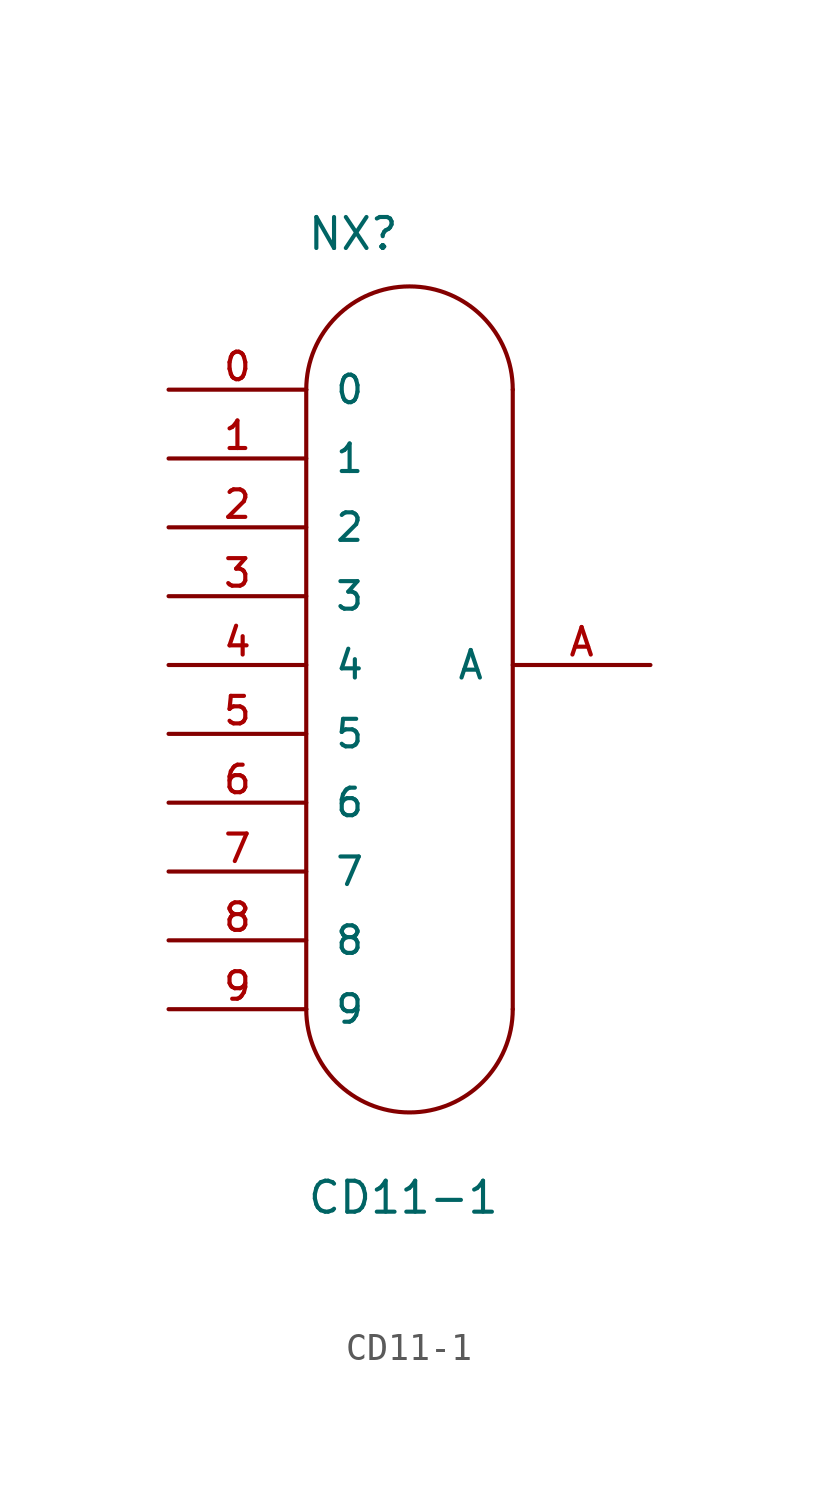
<source format=kicad_sym>
(kicad_symbol_lib
  (version 20220914)
  (generator kicad_symbol_editor)
  (symbol "CD11-1"
    (pin_names
      (offset 1.016))
    (property "Reference" "NX"
      (at -22.86 12.7 0)
      (effects (font (size 1.143 1.143)) (justify left bottom)))
    (property "Value" "CD11-1"
      (at -22.86 -22.86 0)
      (effects (font (size 1.143 1.143)) (justify left bottom)))
    (property "ki_locked" ""
      (at 0 0 0)
      (effects (font (size 1.27 1.27))))
    (symbol "CD11-1_1_0"
      (polyline (pts (xy -22.86 7.62) (xy -22.86 -15.24)) (stroke (width 0) (type solid)) (fill (type none)))
      (polyline (pts (xy -15.24 7.62) (xy -15.24 -15.24)) (stroke (width 0) (type solid)) (fill (type none))))
    (symbol "CD11-1_1_1"
      (arc (start -22.86 -15.24) (mid -19.05 -19.0334) (end -15.24 -15.24) (stroke (width 0) (type solid)) (fill (type none)))
      (arc (start -15.24 7.62) (mid -19.05 11.4134) (end -22.86 7.62) (stroke (width 0) (type solid)) (fill (type none)))
      (pin passive line (at -27.94 7.62 0) (length 5.08) (name "0" (effects (font (size 1.016 1.016)))) (number "0" (effects (font (size 1.016 1.016)))))
      (pin passive line (at -27.94 5.08 0) (length 5.08) (name "1" (effects (font (size 1.016 1.016)))) (number "1" (effects (font (size 1.016 1.016)))))
      (pin passive line (at -27.94 2.54 0) (length 5.08) (name "2" (effects (font (size 1.016 1.016)))) (number "2" (effects (font (size 1.016 1.016)))))
      (pin passive line (at -27.94 0 0) (length 5.08) (name "3" (effects (font (size 1.016 1.016)))) (number "3" (effects (font (size 1.016 1.016)))))
      (pin passive line (at -27.94 -2.54 0) (length 5.08) (name "4" (effects (font (size 1.016 1.016)))) (number "4" (effects (font (size 1.016 1.016)))))
      (pin passive line (at -27.94 -5.08 0) (length 5.08) (name "5" (effects (font (size 1.016 1.016)))) (number "5" (effects (font (size 1.016 1.016)))))
      (pin passive line (at -27.94 -7.62 0) (length 5.08) (name "6" (effects (font (size 1.016 1.016)))) (number "6" (effects (font (size 1.016 1.016)))))
      (pin passive line (at -27.94 -10.16 0) (length 5.08) (name "7" (effects (font (size 1.016 1.016)))) (number "7" (effects (font (size 1.016 1.016)))))
      (pin passive line (at -27.94 -12.7 0) (length 5.08) (name "8" (effects (font (size 1.016 1.016)))) (number "8" (effects (font (size 1.016 1.016)))))
      (pin passive line (at -27.94 -15.24 0) (length 5.08) (name "9" (effects (font (size 1.016 1.016)))) (number "9" (effects (font (size 1.016 1.016)))))
      (pin passive line (at -10.16 -2.54 180) (length 5.08) (name "A" (effects (font (size 1.016 1.016)))) (number "A" (effects (font (size 1.016 1.016))))))))
</source>
